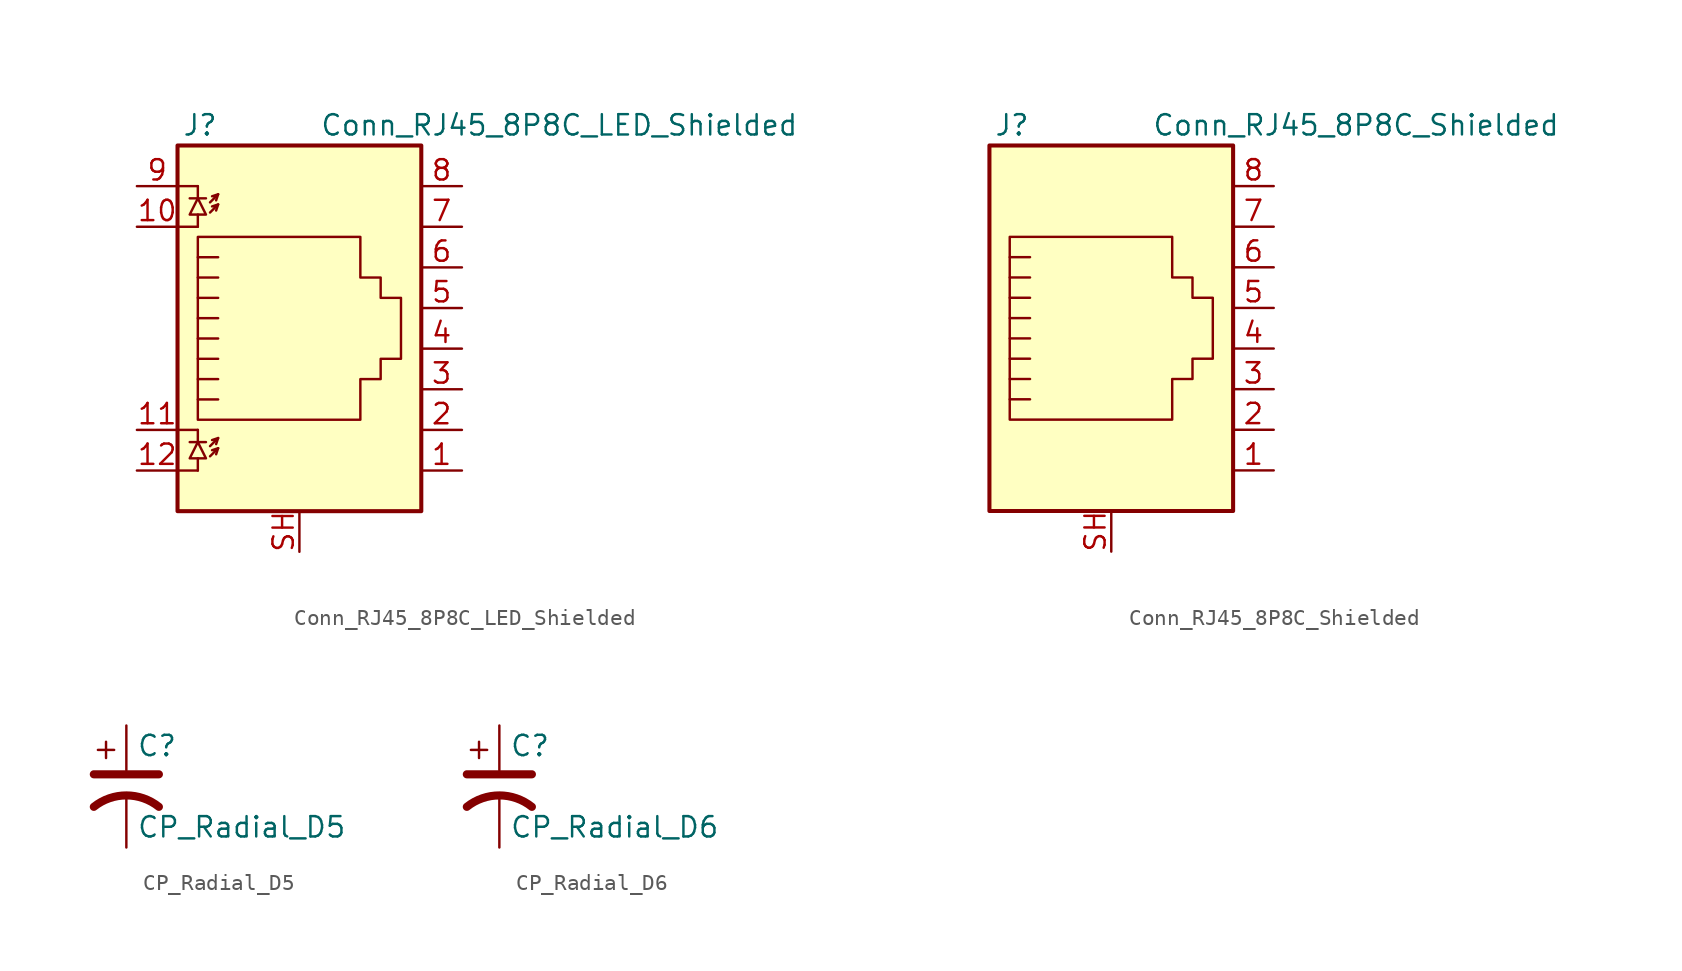
<source format=kicad_sym>
(kicad_symbol_lib
  (version 20211014)
  (generator kicad_symbol_editor)
  (symbol "Conn_RJ45_8P8C_LED_Shielded"
    (pin_names
      (offset 1.016))
    (property "Reference" "J"
      (at -5.08 13.97 0)
      (effects (font (size 1.27 1.27)) (justify right)))
    (property "Value" "Conn_RJ45_8P8C_LED_Shielded"
      (at 1.27 13.97 0)
      (effects (font (size 1.27 1.27)) (justify left)))
    (symbol "Conn_RJ45_8P8C_LED_Shielded_0_1"
      (polyline (pts (xy -7.62 -7.62) (xy -6.35 -7.62)) (stroke (width 0) (type default) (color 0 0 0 0)) (fill (type none)))
      (polyline (pts (xy -7.62 -5.08) (xy -6.35 -5.08)) (stroke (width 0) (type default) (color 0 0 0 0)) (fill (type none)))
      (polyline (pts (xy -7.62 7.62) (xy -6.35 7.62)) (stroke (width 0) (type default) (color 0 0 0 0)) (fill (type none)))
      (polyline (pts (xy -7.62 10.16) (xy -6.35 10.16)) (stroke (width 0) (type default) (color 0 0 0 0)) (fill (type none)))
      (polyline (pts (xy -6.858 -5.842) (xy -5.842 -5.842)) (stroke (width 0) (type default) (color 0 0 0 0)) (fill (type none)))
      (polyline (pts (xy -6.858 9.398) (xy -5.842 9.398)) (stroke (width 0) (type default) (color 0 0 0 0)) (fill (type none)))
      (polyline (pts (xy -6.35 -7.62) (xy -6.35 -6.858)) (stroke (width 0) (type default) (color 0 0 0 0)) (fill (type none)))
      (polyline (pts (xy -6.35 -5.08) (xy -6.35 -5.842)) (stroke (width 0) (type default) (color 0 0 0 0)) (fill (type none)))
      (polyline (pts (xy -6.35 7.62) (xy -6.35 8.382)) (stroke (width 0) (type default) (color 0 0 0 0)) (fill (type none)))
      (polyline (pts (xy -6.35 10.16) (xy -6.35 9.398)) (stroke (width 0) (type default) (color 0 0 0 0)) (fill (type none)))
      (polyline (pts (xy -5.08 -6.223) (xy -5.207 -6.604)) (stroke (width 0) (type default) (color 0 0 0 0)) (fill (type none)))
      (polyline (pts (xy -5.08 -5.588) (xy -5.207 -5.969)) (stroke (width 0) (type default) (color 0 0 0 0)) (fill (type none)))
      (polyline (pts (xy -5.08 4.445) (xy -6.35 4.445)) (stroke (width 0) (type default) (color 0 0 0 0)) (fill (type none)))
      (polyline (pts (xy -5.08 5.715) (xy -6.35 5.715)) (stroke (width 0) (type default) (color 0 0 0 0)) (fill (type none)))
      (polyline (pts (xy -5.08 9.017) (xy -5.207 8.636)) (stroke (width 0) (type default) (color 0 0 0 0)) (fill (type none)))
      (polyline (pts (xy -5.08 9.652) (xy -5.207 9.271)) (stroke (width 0) (type default) (color 0 0 0 0)) (fill (type none)))
      (polyline (pts (xy -6.35 -3.175) (xy -5.08 -3.175) (xy -5.08 -3.175)) (stroke (width 0) (type default) (color 0 0 0 0)) (fill (type none)))
      (polyline (pts (xy -6.35 -1.905) (xy -5.08 -1.905) (xy -5.08 -1.905)) (stroke (width 0) (type default) (color 0 0 0 0)) (fill (type none)))
      (polyline (pts (xy -6.35 -0.635) (xy -5.08 -0.635) (xy -5.08 -0.635)) (stroke (width 0) (type default) (color 0 0 0 0)) (fill (type none)))
      (polyline (pts (xy -6.35 0.635) (xy -5.08 0.635) (xy -5.08 0.635)) (stroke (width 0) (type default) (color 0 0 0 0)) (fill (type none)))
      (polyline (pts (xy -6.35 1.905) (xy -5.08 1.905) (xy -5.08 1.905)) (stroke (width 0) (type default) (color 0 0 0 0)) (fill (type none)))
      (polyline (pts (xy -5.588 -6.731) (xy -5.08 -6.223) (xy -5.461 -6.35)) (stroke (width 0) (type default) (color 0 0 0 0)) (fill (type none)))
      (polyline (pts (xy -5.588 -6.096) (xy -5.08 -5.588) (xy -5.461 -5.715)) (stroke (width 0) (type default) (color 0 0 0 0)) (fill (type none)))
      (polyline (pts (xy -5.588 8.509) (xy -5.08 9.017) (xy -5.461 8.89)) (stroke (width 0) (type default) (color 0 0 0 0)) (fill (type none)))
      (polyline (pts (xy -5.588 9.144) (xy -5.08 9.652) (xy -5.461 9.525)) (stroke (width 0) (type default) (color 0 0 0 0)) (fill (type none)))
      (polyline (pts (xy -5.08 3.175) (xy -6.35 3.175) (xy -6.35 3.175)) (stroke (width 0) (type default) (color 0 0 0 0)) (fill (type none)))
      (polyline (pts (xy -6.35 -5.842) (xy -6.858 -6.858) (xy -5.842 -6.858) (xy -6.35 -5.842)) (stroke (width 0) (type default) (color 0 0 0 0)) (fill (type none)))
      (polyline (pts (xy -6.35 9.398) (xy -6.858 8.382) (xy -5.842 8.382) (xy -6.35 9.398)) (stroke (width 0) (type default) (color 0 0 0 0)) (fill (type none)))
      (polyline (pts (xy -6.35 -4.445) (xy -6.35 6.985) (xy 3.81 6.985) (xy 3.81 4.445) (xy 5.08 4.445) (xy 5.08 3.175) (xy 6.35 3.175) (xy 6.35 -0.635) (xy 5.08 -0.635) (xy 5.08 -1.905) (xy 3.81 -1.905) (xy 3.81 -4.445) (xy -6.35 -4.445) (xy -6.35 -4.445)) (stroke (width 0) (type default) (color 0 0 0 0)) (fill (type none)))
      (rectangle (start 7.62 12.7) (end -7.62 -10.16) (stroke (width 0.254) (type default) (color 0 0 0 0)) (fill (type background))))
    (symbol "Conn_RJ45_8P8C_LED_Shielded_1_1"
      (pin passive line (at 10.16 -7.62 180) (length 2.54) (name "~" (effects (font (size 1.27 1.27)))) (number "1" (effects (font (size 1.27 1.27)))))
      (pin passive line (at -10.16 7.62 0) (length 2.54) (name "~" (effects (font (size 1.27 1.27)))) (number "10" (effects (font (size 1.27 1.27)))))
      (pin passive line (at -10.16 -5.08 0) (length 2.54) (name "~" (effects (font (size 1.27 1.27)))) (number "11" (effects (font (size 1.27 1.27)))))
      (pin passive line (at -10.16 -7.62 0) (length 2.54) (name "~" (effects (font (size 1.27 1.27)))) (number "12" (effects (font (size 1.27 1.27)))))
      (pin passive line (at 10.16 -5.08 180) (length 2.54) (name "~" (effects (font (size 1.27 1.27)))) (number "2" (effects (font (size 1.27 1.27)))))
      (pin passive line (at 10.16 -2.54 180) (length 2.54) (name "~" (effects (font (size 1.27 1.27)))) (number "3" (effects (font (size 1.27 1.27)))))
      (pin passive line (at 10.16 0 180) (length 2.54) (name "~" (effects (font (size 1.27 1.27)))) (number "4" (effects (font (size 1.27 1.27)))))
      (pin passive line (at 10.16 2.54 180) (length 2.54) (name "~" (effects (font (size 1.27 1.27)))) (number "5" (effects (font (size 1.27 1.27)))))
      (pin passive line (at 10.16 5.08 180) (length 2.54) (name "~" (effects (font (size 1.27 1.27)))) (number "6" (effects (font (size 1.27 1.27)))))
      (pin passive line (at 10.16 7.62 180) (length 2.54) (name "~" (effects (font (size 1.27 1.27)))) (number "7" (effects (font (size 1.27 1.27)))))
      (pin passive line (at 10.16 10.16 180) (length 2.54) (name "~" (effects (font (size 1.27 1.27)))) (number "8" (effects (font (size 1.27 1.27)))))
      (pin passive line (at -10.16 10.16 0) (length 2.54) (name "~" (effects (font (size 1.27 1.27)))) (number "9" (effects (font (size 1.27 1.27)))))
      (pin passive line (at 0 -12.7 90) (length 2.54) (name "~" (effects (font (size 1.27 1.27)))) (number "SH" (effects (font (size 1.27 1.27)))))))
  (symbol "Conn_RJ45_8P8C_Shielded"
    (pin_names
      (offset 1.016))
    (property "Reference" "J"
      (at -5.08 13.97 0)
      (effects (font (size 1.27 1.27)) (justify right)))
    (property "Value" "Conn_RJ45_8P8C_Shielded"
      (at 2.54 13.97 0)
      (effects (font (size 1.27 1.27)) (justify left)))
    (symbol "Conn_RJ45_8P8C_Shielded_0_1"
      (polyline (pts (xy -5.08 4.445) (xy -6.35 4.445)) (stroke (width 0) (type default) (color 0 0 0 0)) (fill (type none)))
      (polyline (pts (xy -5.08 5.715) (xy -6.35 5.715)) (stroke (width 0) (type default) (color 0 0 0 0)) (fill (type none)))
      (polyline (pts (xy -6.35 -3.175) (xy -5.08 -3.175) (xy -5.08 -3.175)) (stroke (width 0) (type default) (color 0 0 0 0)) (fill (type none)))
      (polyline (pts (xy -6.35 -1.905) (xy -5.08 -1.905) (xy -5.08 -1.905)) (stroke (width 0) (type default) (color 0 0 0 0)) (fill (type none)))
      (polyline (pts (xy -6.35 -0.635) (xy -5.08 -0.635) (xy -5.08 -0.635)) (stroke (width 0) (type default) (color 0 0 0 0)) (fill (type none)))
      (polyline (pts (xy -6.35 0.635) (xy -5.08 0.635) (xy -5.08 0.635)) (stroke (width 0) (type default) (color 0 0 0 0)) (fill (type none)))
      (polyline (pts (xy -6.35 1.905) (xy -5.08 1.905) (xy -5.08 1.905)) (stroke (width 0) (type default) (color 0 0 0 0)) (fill (type none)))
      (polyline (pts (xy -5.08 3.175) (xy -6.35 3.175) (xy -6.35 3.175)) (stroke (width 0) (type default) (color 0 0 0 0)) (fill (type none)))
      (polyline (pts (xy -6.35 -4.445) (xy -6.35 6.985) (xy 3.81 6.985) (xy 3.81 4.445) (xy 5.08 4.445) (xy 5.08 3.175) (xy 6.35 3.175) (xy 6.35 -0.635) (xy 5.08 -0.635) (xy 5.08 -1.905) (xy 3.81 -1.905) (xy 3.81 -4.445) (xy -6.35 -4.445) (xy -6.35 -4.445)) (stroke (width 0) (type default) (color 0 0 0 0)) (fill (type none)))
      (rectangle (start 7.62 12.7) (end -7.62 -10.16) (stroke (width 0.254) (type default) (color 0 0 0 0)) (fill (type background))))
    (symbol "Conn_RJ45_8P8C_Shielded_1_1"
      (pin passive line (at 10.16 -7.62 180) (length 2.54) (name "~" (effects (font (size 1.27 1.27)))) (number "1" (effects (font (size 1.27 1.27)))))
      (pin passive line (at 10.16 -5.08 180) (length 2.54) (name "~" (effects (font (size 1.27 1.27)))) (number "2" (effects (font (size 1.27 1.27)))))
      (pin passive line (at 10.16 -2.54 180) (length 2.54) (name "~" (effects (font (size 1.27 1.27)))) (number "3" (effects (font (size 1.27 1.27)))))
      (pin passive line (at 10.16 0 180) (length 2.54) (name "~" (effects (font (size 1.27 1.27)))) (number "4" (effects (font (size 1.27 1.27)))))
      (pin passive line (at 10.16 2.54 180) (length 2.54) (name "~" (effects (font (size 1.27 1.27)))) (number "5" (effects (font (size 1.27 1.27)))))
      (pin passive line (at 10.16 5.08 180) (length 2.54) (name "~" (effects (font (size 1.27 1.27)))) (number "6" (effects (font (size 1.27 1.27)))))
      (pin passive line (at 10.16 7.62 180) (length 2.54) (name "~" (effects (font (size 1.27 1.27)))) (number "7" (effects (font (size 1.27 1.27)))))
      (pin passive line (at 10.16 10.16 180) (length 2.54) (name "~" (effects (font (size 1.27 1.27)))) (number "8" (effects (font (size 1.27 1.27)))))
      (pin passive line (at 0 -12.7 90) (length 2.54) (name "~" (effects (font (size 1.27 1.27)))) (number "SH" (effects (font (size 1.27 1.27)))))))
  (symbol "CP_Radial_D5"
    (pin_numbers hide)
    (pin_names
      (offset 0.254) hide)
    (property "Reference" "C"
      (at 0.635 2.54 0)
      (effects (font (size 1.27 1.27)) (justify left)))
    (property "Value" "CP_Radial_D5"
      (at 0.635 -2.54 0)
      (effects (font (size 1.27 1.27)) (justify left)))
    (symbol "CP_Radial_D5_0_1"
      (polyline (pts (xy -2.032 0.762) (xy 2.032 0.762)) (stroke (width 0.508) (type default) (color 0 0 0 0)) (fill (type none)))
      (polyline (pts (xy -1.778 2.286) (xy -0.762 2.286)) (stroke (width 0) (type default) (color 0 0 0 0)) (fill (type none)))
      (polyline (pts (xy -1.27 1.778) (xy -1.27 2.794)) (stroke (width 0) (type default) (color 0 0 0 0)) (fill (type none)))
      (arc (start 2.032 -1.27) (mid 0 -0.5572) (end -2.032 -1.27) (stroke (width 0.508) (type default) (color 0 0 0 0)) (fill (type none))))
    (symbol "CP_Radial_D5_1_1"
      (pin passive line (at 0 3.81 270) (length 2.794) (name "~" (effects (font (size 1.27 1.27)))) (number "1" (effects (font (size 1.27 1.27)))))
      (pin passive line (at 0 -3.81 90) (length 3.302) (name "~" (effects (font (size 1.27 1.27)))) (number "2" (effects (font (size 1.27 1.27)))))))
  (symbol "CP_Radial_D6"
    (pin_numbers hide)
    (pin_names
      (offset 0.254) hide)
    (property "Reference" "C"
      (at 0.635 2.54 0)
      (effects (font (size 1.27 1.27)) (justify left)))
    (property "Value" "CP_Radial_D6"
      (at 0.635 -2.54 0)
      (effects (font (size 1.27 1.27)) (justify left)))
    (symbol "CP_Radial_D6_0_1"
      (polyline (pts (xy -2.032 0.762) (xy 2.032 0.762)) (stroke (width 0.508) (type default) (color 0 0 0 0)) (fill (type none)))
      (polyline (pts (xy -1.778 2.286) (xy -0.762 2.286)) (stroke (width 0) (type default) (color 0 0 0 0)) (fill (type none)))
      (polyline (pts (xy -1.27 1.778) (xy -1.27 2.794)) (stroke (width 0) (type default) (color 0 0 0 0)) (fill (type none)))
      (arc (start 2.032 -1.27) (mid 0 -0.5572) (end -2.032 -1.27) (stroke (width 0.508) (type default) (color 0 0 0 0)) (fill (type none))))
    (symbol "CP_Radial_D6_1_1"
      (pin passive line (at 0 3.81 270) (length 2.794) (name "~" (effects (font (size 1.27 1.27)))) (number "1" (effects (font (size 1.27 1.27)))))
      (pin passive line (at 0 -3.81 90) (length 3.302) (name "~" (effects (font (size 1.27 1.27)))) (number "2" (effects (font (size 1.27 1.27))))))))
</source>
